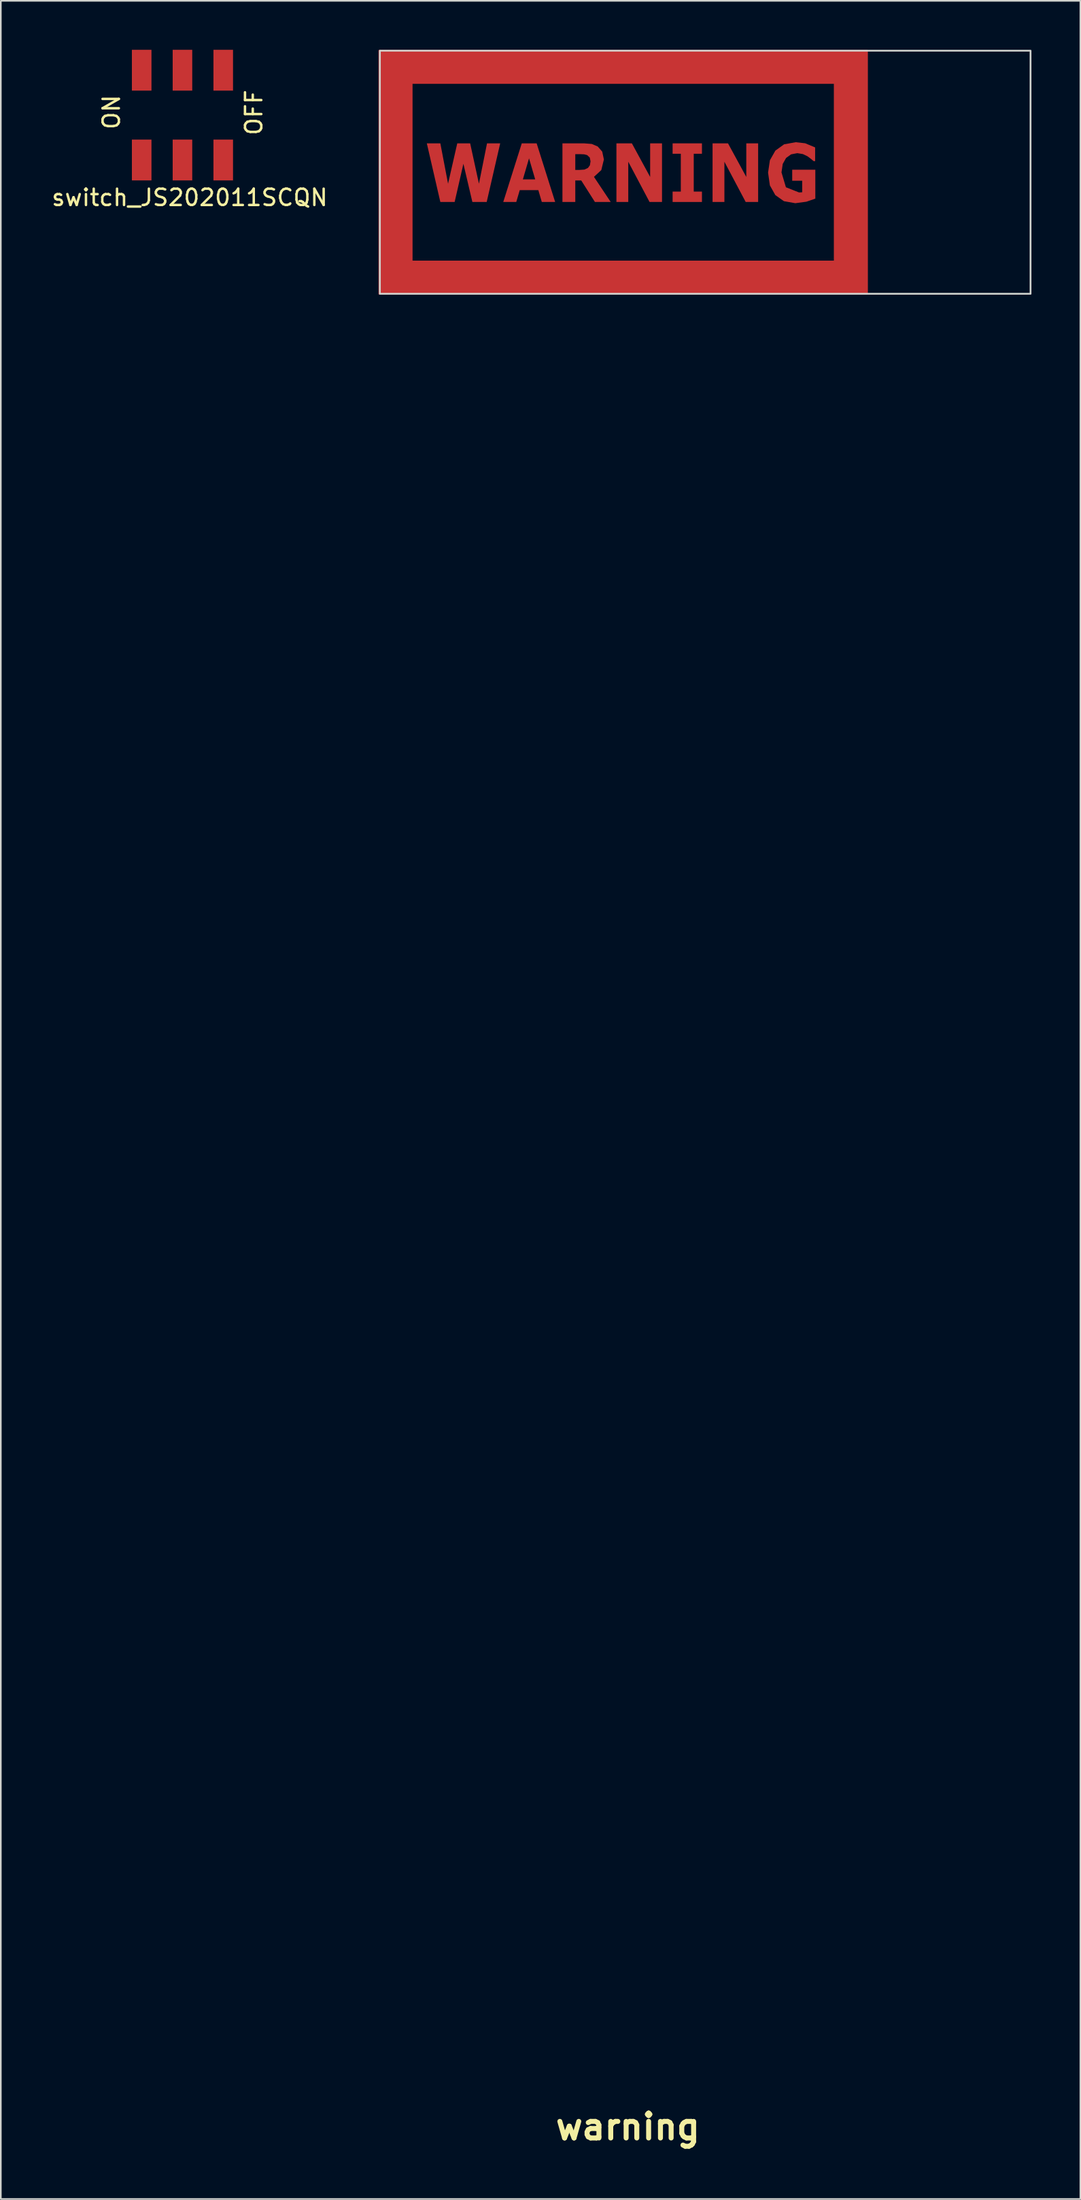
<source format=kicad_pcb>
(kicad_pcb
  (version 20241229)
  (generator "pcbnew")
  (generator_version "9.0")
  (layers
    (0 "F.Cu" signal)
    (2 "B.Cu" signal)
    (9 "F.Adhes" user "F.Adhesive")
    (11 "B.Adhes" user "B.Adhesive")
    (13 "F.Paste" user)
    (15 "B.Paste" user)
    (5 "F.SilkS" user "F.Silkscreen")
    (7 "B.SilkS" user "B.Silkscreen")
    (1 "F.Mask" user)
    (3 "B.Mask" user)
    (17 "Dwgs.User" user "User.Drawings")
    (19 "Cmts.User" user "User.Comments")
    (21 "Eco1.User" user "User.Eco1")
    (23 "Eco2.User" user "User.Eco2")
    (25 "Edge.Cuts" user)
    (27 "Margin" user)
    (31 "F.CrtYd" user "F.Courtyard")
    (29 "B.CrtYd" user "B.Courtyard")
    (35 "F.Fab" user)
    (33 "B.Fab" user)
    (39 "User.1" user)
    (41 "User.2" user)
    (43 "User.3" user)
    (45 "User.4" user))
  (footprint "warning"
    (layer "F.Cu")
    (at 35.443 10.208)
    (property "Reference" "warning" (at 0 117 0) (layer "F.SilkS") (effects (font (size 1.524 1.524) (thickness 0.305))))
    (attr exclude_from_pos_files exclude_from_bom)
    (fp_poly (pts (xy 2.09 -0.887) (xy 1.326 -0.887) (xy 0.022 -3.351) (xy 0.022 -0.887) (xy -0.704 -0.887) (xy -0.704 -4.478) (xy 0.243 -4.478) (xy 1.363 -2.421) (xy 1.363 -4.478) (xy 2.09 -4.478) (xy 2.09 -0.887)) (stroke (width 0) (type solid)) (fill yes) (layer "F.Cu"))
    (fp_poly (pts (xy 7.983 -0.887) (xy 7.22 -0.887) (xy 5.915 -3.351) (xy 5.915 -0.887) (xy 5.189 -0.887) (xy 5.189 -4.478) (xy 6.136 -4.478) (xy 7.257 -2.421) (xy 7.257 -4.478) (xy 7.983 -4.478) (xy 7.983 -0.887)) (stroke (width 0) (type solid)) (fill yes) (layer "F.Cu"))
    (fp_poly (pts (xy -15.24 -10.16) (xy -15.24 4.743) (xy 12.673 4.743) (xy 12.673 2.753) (xy -13.25 2.753) (xy -13.25 -8.17) (xy 12.673 -8.17) (xy 12.673 2.753) (xy 12.673 4.743) (xy 14.663 4.743) (xy 14.663 -10.16) (xy -15.24 -10.16)) (stroke (width 0.096) (type solid)) (fill yes) (layer "F.Cu"))
    (fp_poly (pts (xy 4.539 -0.887) (xy 2.74 -0.887) (xy 2.74 -1.524) (xy 3.243 -1.524) (xy 3.243 -3.841) (xy 2.74 -3.841) (xy 2.74 -4.478) (xy 4.539 -4.478) (xy 4.539 -3.841) (xy 4.036 -3.841) (xy 4.036 -1.524) (xy 4.539 -1.524) (xy 4.539 -0.887)) (stroke (width 0) (type solid)) (fill yes) (layer "F.Cu"))
    (fp_poly (pts (xy -7.83 -4.478) (xy -8.657 -0.887) (xy -9.535 -0.887) (xy -10.085 -3.226) (xy -10.622 -0.887) (xy -11.499 -0.887) (xy -12.327 -4.478) (xy -11.499 -4.478) (xy -11.026 -2.006) (xy -10.461 -4.478) (xy -9.671 -4.478) (xy -9.132 -2.006) (xy -8.637 -4.478) (xy -7.83 -4.478)) (stroke (width 0) (type solid)) (fill yes) (layer "F.Cu"))
    (fp_poly (pts (xy -4.46 -0.887) (xy -5.279 -0.887) (xy -5.492 -1.613) (xy -5.684 -1.613) (xy -5.684 -2.271) (xy -6.062 -3.559) (xy -6.439 -2.271) (xy -5.684 -2.271) (xy -5.684 -1.613) (xy -6.631 -1.613) (xy -6.844 -0.887) (xy -7.642 -0.887) (xy -6.507 -4.478) (xy -5.595 -4.478) (xy -4.46 -0.887)) (stroke (width 0) (type solid)) (fill yes) (layer "F.Cu"))
    (fp_poly (pts (xy -1.055 -0.887) (xy -2.023 -0.887) (xy -2.861 -2.204) (xy -3.226 -2.204) (xy -3.226 -0.887) (xy -3.226 -0.887) (xy -3.226 -2.85) (xy -2.983 -2.85) (xy -2.665 -2.872) (xy -2.45 -2.971) (xy -2.331 -3.135) (xy -2.291 -3.378) (xy -2.291 -3.378) (xy -2.339 -3.61) (xy -2.502 -3.761) (xy -2.69 -3.807) (xy -2.939 -3.817) (xy -3.226 -3.817) (xy -3.226 -2.85) (xy -3.226 -0.887) (xy -4.014 -0.887) (xy -4.014 -4.478) (xy -2.686 -4.478) (xy -2.217 -4.441) (xy -1.85 -4.285) (xy -1.575 -3.971) (xy -1.472 -3.491) (xy -1.631 -2.843) (xy -2.081 -2.425) (xy -1.055 -0.887)) (stroke (width 0) (type solid)) (fill yes) (layer "F.Cu"))
    (fp_poly (pts (xy 11.489 -1.092) (xy 10.942 -0.904) (xy 10.263 -0.812) (xy 9.564 -0.936) (xy 9.036 -1.309) (xy 8.703 -1.903) (xy 8.592 -2.686) (xy 8.704 -3.441) (xy 9.04 -4.034) (xy 9.576 -4.419) (xy 10.288 -4.548) (xy 10.866 -4.483) (xy 11.477 -4.229) (xy 11.477 -3.388) (xy 11.388 -3.388) (xy 11.219 -3.53) (xy 11.004 -3.689) (xy 10.724 -3.822) (xy 10.385 -3.877) (xy 10.003 -3.805) (xy 9.696 -3.583) (xy 9.49 -3.214) (xy 9.415 -2.7) (xy 9.686 -1.789) (xy 10.484 -1.473) (xy 10.583 -1.475) (xy 10.684 -1.483) (xy 10.684 -2.187) (xy 10.072 -2.187) (xy 10.072 -2.864) (xy 11.489 -2.864) (xy 11.489 -1.092)) (stroke (width 0) (type solid)) (fill yes) (layer "F.Cu"))
    (fp_poly (pts (xy -6.062 -3.559) (xy -6.439 -2.271) (xy -5.684 -2.271) (xy -6.062 -3.559)) (stroke (width 0) (type solid)) (fill yes) (layer "F.Mask"))
    (fp_poly (pts (xy -3.226 -3.817) (xy -3.226 -2.85) (xy -2.983 -2.85) (xy -2.665 -2.872) (xy -2.45 -2.97) (xy -2.331 -3.135) (xy -2.291 -3.378) (xy -2.339 -3.609) (xy -2.502 -3.761) (xy -2.69 -3.807) (xy -2.939 -3.817) (xy -3.226 -3.817)) (stroke (width 0) (type solid)) (fill yes) (layer "F.Mask"))
    (fp_poly (pts (xy -13.25 -8.17) (xy -13.25 2.753) (xy -8.657 2.753) (xy -8.657 -0.887) (xy -9.534 -0.887) (xy -10.085 -3.226) (xy -10.622 -0.887) (xy -11.499 -0.887) (xy -12.326 -4.478) (xy -11.499 -4.478) (xy -11.026 -2.006) (xy -10.461 -4.478) (xy -9.671 -4.478) (xy -9.132 -2.006) (xy -8.637 -4.478) (xy -7.83 -4.478) (xy -8.657 -0.887) (xy -8.657 2.753) (xy -4.46 2.753) (xy -4.46 -0.887) (xy -5.279 -0.887) (xy -5.492 -1.613) (xy -6.631 -1.613) (xy -6.844 -0.887) (xy -7.642 -0.887) (xy -6.507 -4.478) (xy -5.595 -4.478) (xy -4.46 -0.887) (xy -4.46 2.753) (xy -1.055 2.753) (xy -1.055 -0.887) (xy -2.023 -0.887) (xy -2.861 -2.203) (xy -3.226 -2.203) (xy -3.226 -0.887) (xy -4.014 -0.887) (xy -4.014 -4.478) (xy -2.686 -4.478) (xy -2.217 -4.441) (xy -1.85 -4.285) (xy -1.575 -3.971) (xy -1.472 -3.491) (xy -1.631 -2.843) (xy -2.081 -2.426) (xy -1.055 -0.887) (xy -1.055 2.753) (xy 2.09 2.753) (xy 2.09 -0.887) (xy 1.326 -0.887) (xy 0.022 -3.352) (xy 0.022 -0.887) (xy -0.704 -0.887) (xy -0.704 -4.478) (xy 0.243 -4.478) (xy 1.363 -2.42) (xy 1.363 -4.478) (xy 2.09 -4.478) (xy 2.09 -0.887) (xy 2.09 2.753) (xy 4.539 2.753) (xy 4.539 -0.887) (xy 2.74 -0.887) (xy 2.74 -1.523) (xy 3.243 -1.523) (xy 3.243 -3.841) (xy 2.74 -3.841) (xy 2.74 -4.478) (xy 4.539 -4.478) (xy 4.539 -3.841) (xy 4.035 -3.841) (xy 4.035 -1.523) (xy 4.539 -1.523) (xy 4.539 -0.887) (xy 4.539 2.753) (xy 7.983 2.753) (xy 7.983 -0.887) (xy 7.22 -0.887) (xy 5.915 -3.352) (xy 5.915 -0.887) (xy 5.189 -0.887) (xy 5.189 -4.478) (xy 6.136 -4.478) (xy 7.257 -2.42) (xy 7.257 -4.478) (xy 7.983 -4.478) (xy 7.983 -0.887) (xy 7.983 2.753) (xy 10.263 2.753) (xy 10.263 -0.812) (xy 9.564 -0.936) (xy 9.036 -1.309) (xy 8.703 -1.903) (xy 8.592 -2.686) (xy 8.704 -3.441) (xy 9.04 -4.034) (xy 9.576 -4.419) (xy 10.288 -4.547) (xy 10.866 -4.482) (xy 11.477 -4.229) (xy 11.477 -3.388) (xy 11.388 -3.388) (xy 11.219 -3.53) (xy 11.004 -3.689) (xy 10.724 -3.822) (xy 10.385 -3.877) (xy 10.003 -3.805) (xy 9.696 -3.583) (xy 9.49 -3.214) (xy 9.415 -2.701) (xy 9.686 -1.789) (xy 10.484 -1.473) (xy 10.583 -1.475) (xy 10.685 -1.483) (xy 10.685 -2.187) (xy 10.072 -2.187) (xy 10.072 -2.864) (xy 11.489 -2.864) (xy 11.489 -1.092) (xy 10.942 -0.904) (xy 10.263 -0.812) (xy 10.263 2.753) (xy 12.673 2.753) (xy 12.673 -8.17) (xy -13.25 -8.17)) (stroke (width 0) (type solid)) (fill yes) (layer "F.Mask"))
    (fp_poly (pts (xy -15.206 -10.153) (xy -15.206 4.736) (xy 24.682 4.736) (xy 24.682 -10.153) (xy -15.206 -10.153)) (stroke (width 0.111) (type solid)) (fill no) (layer "Edge.Cuts")))
  (footprint "switch_JS202011SCQN"
    (layer "F.Cu")
    (at 8.135 4)
    (property "Reference" "switch_JS202011SCQN" (at 0.442 5.05 0) (layer "F.SilkS") (effects (font (size 1 1) (thickness 0.15))))
    (attr through_hole)
    (fp_text user "ON" (at -4.354 -0.183 90) (layer "F.SilkS") (effects (font (size 1 1) (thickness 0.15))))
    (fp_text user "OFF" (at 4.379 -0.16 90) (layer "F.SilkS") (effects (font (size 1 1) (thickness 0.15))))
    (pad "1" smd rect (at -2.5 -2.75) (size 1.2 2.5) (layers "F.Cu" "F.Mask" "F.Paste"))
    (pad "1" smd rect (at -2.5 2.75) (size 1.2 2.5) (layers "F.Cu" "F.Mask" "F.Paste"))
    (pad "2" smd rect (at 0 -2.75) (size 1.2 2.5) (layers "F.Cu" "F.Mask" "F.Paste"))
    (pad "2" smd rect (at 0 2.75) (size 1.2 2.5) (layers "F.Cu" "F.Mask" "F.Paste"))
    (pad "3" smd rect (at 2.5 -2.75) (size 1.2 2.5) (layers "F.Cu" "F.Mask" "F.Paste"))
    (pad "3" smd rect (at 2.5 2.75) (size 1.2 2.5) (layers "F.Cu" "F.Mask" "F.Paste")))
  (gr_rect
    (start -3 -3)
    (end 63.181 131.635)
    (stroke (width 0.1) (type default))
    (fill no)
    (layer "Edge.Cuts")))
</source>
